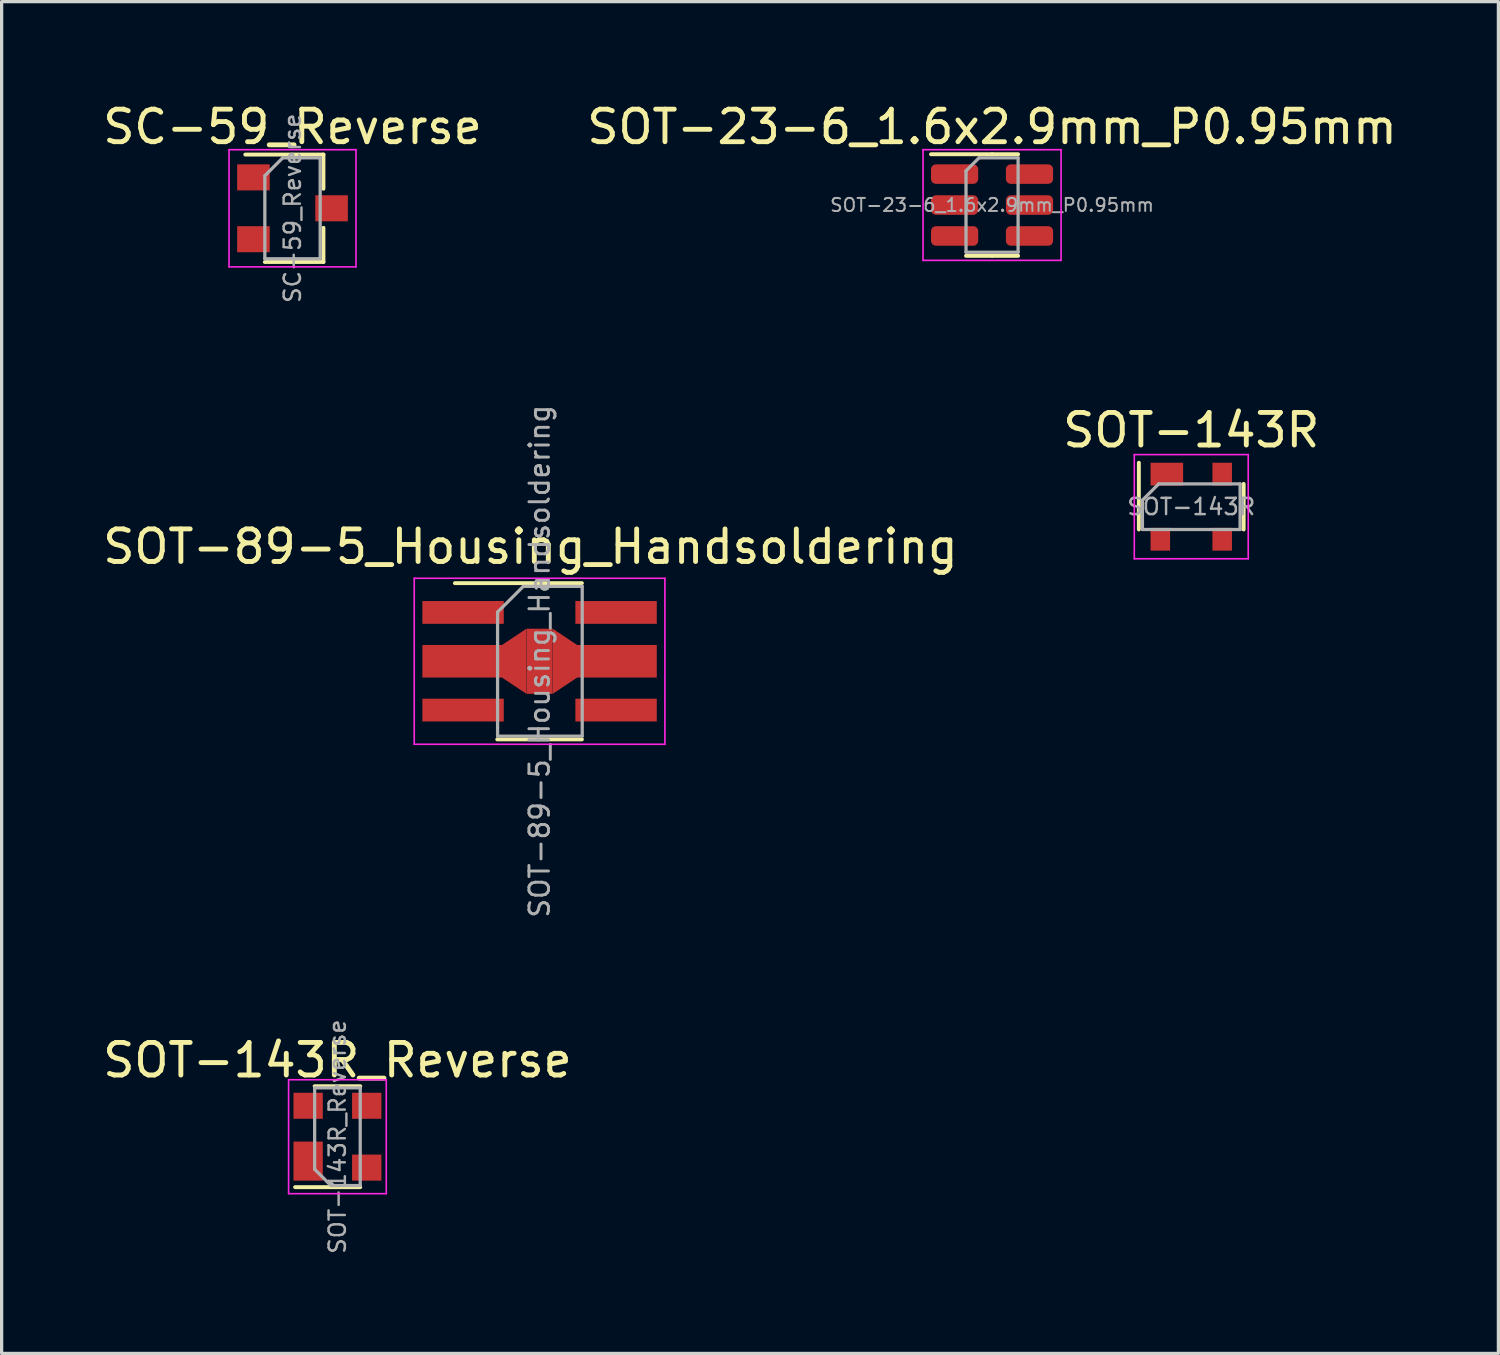
<source format=kicad_pcb>
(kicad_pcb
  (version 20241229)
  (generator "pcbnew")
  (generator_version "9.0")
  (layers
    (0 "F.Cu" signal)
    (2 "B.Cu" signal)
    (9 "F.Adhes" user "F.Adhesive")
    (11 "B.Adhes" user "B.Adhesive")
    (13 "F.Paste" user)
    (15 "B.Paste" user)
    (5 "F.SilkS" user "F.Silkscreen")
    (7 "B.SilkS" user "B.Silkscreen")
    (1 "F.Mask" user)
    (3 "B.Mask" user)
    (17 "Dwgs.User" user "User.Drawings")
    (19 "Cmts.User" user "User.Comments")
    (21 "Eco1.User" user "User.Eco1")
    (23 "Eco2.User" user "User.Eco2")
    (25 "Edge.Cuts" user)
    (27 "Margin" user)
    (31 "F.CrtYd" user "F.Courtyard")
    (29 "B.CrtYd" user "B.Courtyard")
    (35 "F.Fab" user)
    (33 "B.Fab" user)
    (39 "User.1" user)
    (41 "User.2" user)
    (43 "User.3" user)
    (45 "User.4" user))
  (footprint "SOT-23-6_1.6x2.9mm_P0.95mm"
    (layer "F.Cu")
    (at 27.423 3.248)
    (property "Reference" "SOT-23-6_1.6x2.9mm_P0.95mm" (at 0 -2.4 0) (layer "F.SilkS") (effects (font (size 1 1) (thickness 0.15))))
    (attr smd)
    (fp_line (start 0 -1.56) (end -1.875 -1.56) (stroke (width 0.12) (type solid)) (layer "F.SilkS"))
    (fp_line (start 0 -1.56) (end 0.8 -1.56) (stroke (width 0.12) (type solid)) (layer "F.SilkS"))
    (fp_line (start 0 1.56) (end -0.8 1.56) (stroke (width 0.12) (type solid)) (layer "F.SilkS"))
    (fp_line (start 0 1.56) (end 0.8 1.56) (stroke (width 0.12) (type solid)) (layer "F.SilkS"))
    (fp_line (start -2.12 -1.7) (end -2.12 1.7) (stroke (width 0.05) (type solid)) (layer "F.CrtYd"))
    (fp_line (start -2.12 1.7) (end 2.12 1.7) (stroke (width 0.05) (type solid)) (layer "F.CrtYd"))
    (fp_line (start 2.12 -1.7) (end -2.12 -1.7) (stroke (width 0.05) (type solid)) (layer "F.CrtYd"))
    (fp_line (start 2.12 1.7) (end 2.12 -1.7) (stroke (width 0.05) (type solid)) (layer "F.CrtYd"))
    (fp_line (start -0.8 -1.05) (end -0.4 -1.45) (stroke (width 0.1) (type solid)) (layer "F.Fab"))
    (fp_line (start -0.8 1.45) (end -0.8 -1.05) (stroke (width 0.1) (type solid)) (layer "F.Fab"))
    (fp_line (start -0.4 -1.45) (end 0.8 -1.45) (stroke (width 0.1) (type solid)) (layer "F.Fab"))
    (fp_line (start 0.8 -1.45) (end 0.8 1.45) (stroke (width 0.1) (type solid)) (layer "F.Fab"))
    (fp_line (start 0.8 1.45) (end -0.8 1.45) (stroke (width 0.1) (type solid)) (layer "F.Fab"))
    (fp_text user "${REFERENCE}" (at 0 0 0) (layer "F.Fab") (effects (font (size 0.4 0.4) (thickness 0.06))))
    (pad "1" smd roundrect (at -1.15 -0.95) (size 1.45 0.6) (layers "F.Cu" "F.Mask" "F.Paste") (roundrect_rratio 0.25))
    (pad "2" smd roundrect (at -1.15 0) (size 1.45 0.6) (layers "F.Cu" "F.Mask" "F.Paste") (roundrect_rratio 0.25))
    (pad "3" smd roundrect (at -1.15 0.95) (size 1.45 0.6) (layers "F.Cu" "F.Mask" "F.Paste") (roundrect_rratio 0.25))
    (pad "4" smd roundrect (at 1.15 0.95) (size 1.45 0.6) (layers "F.Cu" "F.Mask" "F.Paste") (roundrect_rratio 0.25))
    (pad "5" smd roundrect (at 1.15 0) (size 1.45 0.6) (layers "F.Cu" "F.Mask" "F.Paste") (roundrect_rratio 0.25))
    (pad "6" smd roundrect (at 1.15 -0.95) (size 1.45 0.6) (layers "F.Cu" "F.Mask" "F.Paste") (roundrect_rratio 0.25)))
  (footprint "SC-59_Reverse"
    (layer "F.Cu")
    (at 5.935 3.348)
    (property "Reference" "SC-59_Reverse" (at 0 -2.5 0) (layer "F.SilkS") (effects (font (size 1 1) (thickness 0.15))))
    (attr smd)
    (fp_line (start -1.45 -1.65) (end 0.95 -1.65) (stroke (width 0.12) (type solid)) (layer "F.SilkS"))
    (fp_line (start -0.85 1.65) (end 0.95 1.65) (stroke (width 0.12) (type solid)) (layer "F.SilkS"))
    (fp_line (start 0.95 -1.65) (end 0.95 -0.6) (stroke (width 0.12) (type solid)) (layer "F.SilkS"))
    (fp_line (start 0.95 1.65) (end 0.95 0.6) (stroke (width 0.12) (type solid)) (layer "F.SilkS"))
    (fp_line (start -1.95 -1.8) (end -1.95 1.8) (stroke (width 0.05) (type solid)) (layer "F.CrtYd"))
    (fp_line (start -1.95 -1.8) (end 1.95 -1.8) (stroke (width 0.05) (type solid)) (layer "F.CrtYd"))
    (fp_line (start 1.95 1.8) (end -1.95 1.8) (stroke (width 0.05) (type solid)) (layer "F.CrtYd"))
    (fp_line (start 1.95 1.8) (end 1.95 -1.8) (stroke (width 0.05) (type solid)) (layer "F.CrtYd"))
    (fp_line (start -0.85 1.55) (end -0.85 -1) (stroke (width 0.1) (type solid)) (layer "F.Fab"))
    (fp_line (start -0.85 1.55) (end 0.85 1.55) (stroke (width 0.1) (type solid)) (layer "F.Fab"))
    (fp_line (start -0.3 -1.55) (end -0.85 -1) (stroke (width 0.1) (type solid)) (layer "F.Fab"))
    (fp_line (start -0.3 -1.55) (end 0.85 -1.55) (stroke (width 0.1) (type solid)) (layer "F.Fab"))
    (fp_line (start 0.85 -1.52) (end 0.85 1.52) (stroke (width 0.1) (type solid)) (layer "F.Fab"))
    (fp_text user "${REFERENCE}" (at 0 0 90) (layer "F.Fab") (effects (font (size 0.5 0.5) (thickness 0.075))))
    (pad "1" smd rect (at -1.2 -0.95) (size 1 0.8) (layers "F.Cu" "F.Mask" "F.Paste"))
    (pad "2" smd rect (at 1.2 0) (size 1 0.8) (layers "F.Cu" "F.Mask" "F.Paste"))
    (pad "3" smd rect (at -1.2 0.95) (size 1 0.8) (layers "F.Cu" "F.Mask" "F.Paste")))
  (footprint "SOT-143R_Reverse"
    (layer "F.Cu")
    (at 7.315 31.866)
    (property "Reference" "SOT-143R_Reverse" (at 0 -2.35 0) (layer "F.SilkS") (effects (font (size 1 1) (thickness 0.15))))
    (attr smd)
    (fp_line (start -0.7 -1.55) (end 0.7 -1.55) (stroke (width 0.12) (type solid)) (layer "F.SilkS"))
    (fp_line (start 0.7 1.55) (end -1.3 1.55) (stroke (width 0.12) (type solid)) (layer "F.SilkS"))
    (fp_line (start -1.5 1.75) (end -1.5 -1.75) (stroke (width 0.05) (type solid)) (layer "F.CrtYd"))
    (fp_line (start -1.5 1.75) (end 1.5 1.75) (stroke (width 0.05) (type solid)) (layer "F.CrtYd"))
    (fp_line (start 1.5 -1.75) (end -1.5 -1.75) (stroke (width 0.05) (type solid)) (layer "F.CrtYd"))
    (fp_line (start 1.5 -1.75) (end 1.5 1.75) (stroke (width 0.05) (type solid)) (layer "F.CrtYd"))
    (fp_line (start -0.7 1) (end -0.7 -1.5) (stroke (width 0.1) (type solid)) (layer "F.Fab"))
    (fp_line (start -0.7 1) (end -0.2 1.5) (stroke (width 0.1) (type solid)) (layer "F.Fab"))
    (fp_line (start -0.2 1.5) (end 0.7 1.5) (stroke (width 0.1) (type solid)) (layer "F.Fab"))
    (fp_line (start 0.7 -1.5) (end -0.7 -1.5) (stroke (width 0.1) (type solid)) (layer "F.Fab"))
    (fp_line (start 0.7 -1.5) (end 0.7 1.5) (stroke (width 0.1) (type solid)) (layer "F.Fab"))
    (fp_text user "${REFERENCE}" (at 0 0 90) (layer "F.Fab") (effects (font (size 0.5 0.5) (thickness 0.075))))
    (pad "1" smd rect (at -0.9 0.75) (size 0.9 1.2) (layers "F.Cu" "F.Mask" "F.Paste"))
    (pad "2" smd rect (at -0.9 -0.95) (size 0.9 0.8) (layers "F.Cu" "F.Mask" "F.Paste"))
    (pad "3" smd rect (at 0.9 -0.95) (size 0.9 0.8) (layers "F.Cu" "F.Mask" "F.Paste"))
    (pad "4" smd rect (at 0.9 0.95) (size 0.9 0.8) (layers "F.Cu" "F.Mask" "F.Paste")))
  (footprint "SOT-143R"
    (layer "F.Cu")
    (at 33.542 12.514)
    (property "Reference" "SOT-143R" (at 0 -2.35 0) (layer "F.SilkS") (effects (font (size 1 1) (thickness 0.15))))
    (attr smd)
    (fp_line (start -1.61 -1.35) (end -1.61 0.7) (stroke (width 0.12) (type solid)) (layer "F.SilkS"))
    (fp_line (start 1.61 0.7) (end 1.61 -0.7) (stroke (width 0.12) (type solid)) (layer "F.SilkS"))
    (fp_line (start -1.75 -1.6) (end -1.75 1.6) (stroke (width 0.05) (type solid)) (layer "F.CrtYd"))
    (fp_line (start -1.75 -1.6) (end 1.75 -1.6) (stroke (width 0.05) (type solid)) (layer "F.CrtYd"))
    (fp_line (start 1.75 1.6) (end -1.75 1.6) (stroke (width 0.05) (type solid)) (layer "F.CrtYd"))
    (fp_line (start 1.75 1.6) (end 1.75 -1.6) (stroke (width 0.05) (type solid)) (layer "F.CrtYd"))
    (fp_line (start -1.5 -0.2) (end -1.5 0.7) (stroke (width 0.1) (type solid)) (layer "F.Fab"))
    (fp_line (start -1.5 -0.2) (end -1 -0.7) (stroke (width 0.1) (type solid)) (layer "F.Fab"))
    (fp_line (start -1 -0.7) (end 1.5 -0.7) (stroke (width 0.1) (type solid)) (layer "F.Fab"))
    (fp_line (start 1.5 -0.7) (end 1.5 0.7) (stroke (width 0.1) (type solid)) (layer "F.Fab"))
    (fp_line (start 1.5 0.7) (end -1.5 0.7) (stroke (width 0.1) (type solid)) (layer "F.Fab"))
    (fp_text user "${REFERENCE}" (at 0 0 0) (layer "F.Fab") (effects (font (size 0.5 0.5) (thickness 0.075))))
    (pad "1" smd rect (at -0.75 -1 270) (size 0.7 1) (layers "F.Cu" "F.Mask" "F.Paste"))
    (pad "2" smd rect (at 0.95 -1 270) (size 0.7 0.6) (layers "F.Cu" "F.Mask" "F.Paste"))
    (pad "3" smd rect (at 0.95 1 270) (size 0.7 0.6) (layers "F.Cu" "F.Mask" "F.Paste"))
    (pad "4" smd rect (at -0.95 1 270) (size 0.7 0.6) (layers "F.Cu" "F.Mask" "F.Paste")))
  (footprint "SOT-89-5_Housing_Handsoldering"
    (layer "F.Cu")
    (at 13.524 17.262)
    (property "Reference" "SOT-89-5_Housing_Handsoldering" (at -0.28 -3.52 0) (layer "F.SilkS") (effects (font (size 1 1) (thickness 0.15))))
    (attr smd)
    (fp_line (start -2.6 -2.4) (end 1.3 -2.4) (stroke (width 0.12) (type solid)) (layer "F.SilkS"))
    (fp_line (start 1.3 2.4) (end -1.3 2.4) (stroke (width 0.12) (type solid)) (layer "F.SilkS"))
    (fp_line (start -3.85 -2.55) (end 3.85 -2.55) (stroke (width 0.05) (type solid)) (layer "F.CrtYd"))
    (fp_line (start -3.85 2.55) (end -3.85 -2.55) (stroke (width 0.05) (type solid)) (layer "F.CrtYd"))
    (fp_line (start -3.85 2.55) (end 3.85 2.55) (stroke (width 0.05) (type solid)) (layer "F.CrtYd"))
    (fp_line (start 3.85 -2.55) (end 3.85 2.55) (stroke (width 0.05) (type solid)) (layer "F.CrtYd"))
    (fp_line (start -1.29 -1.51) (end -0.5 -2.3) (stroke (width 0.1) (type solid)) (layer "F.Fab"))
    (fp_line (start -1.29 2.3) (end -1.29 -1.51) (stroke (width 0.1) (type solid)) (layer "F.Fab"))
    (fp_line (start -0.5 -2.3) (end 1.31 -2.3) (stroke (width 0.1) (type solid)) (layer "F.Fab"))
    (fp_line (start 1.31 -2.3) (end 1.31 2.3) (stroke (width 0.1) (type solid)) (layer "F.Fab"))
    (fp_line (start 1.31 2.3) (end -1.29 2.3) (stroke (width 0.1) (type solid)) (layer "F.Fab"))
    (fp_text user "${REFERENCE}" (at 0 0 90) (layer "F.Fab") (effects (font (size 0.6 0.6) (thickness 0.09))))
    (pad "1" smd rect (at -2.35 -1.5 270) (size 0.7 2.5) (layers "F.Cu" "F.Mask" "F.Paste"))
    (pad "2" smd rect (at -2.35 0 270) (size 1 2.5) (layers "F.Cu" "F.Mask" "F.Paste"))
    (pad "2" smd trapezoid (at -0.78 0 90) (size 1.5 0.75) (rect_delta 0 0.5) (layers "F.Cu" "F.Mask" "F.Paste"))
    (pad "2" smd rect (at 0 0 270) (size 2 0.8) (layers "F.Cu" "F.Mask" "F.Paste"))
    (pad "2" smd trapezoid (at 0.78 0 270) (size 1.5 0.75) (rect_delta 0 0.5) (layers "F.Cu" "F.Mask" "F.Paste"))
    (pad "2" smd rect (at 2.35 0 270) (size 1 2.5) (layers "F.Cu" "F.Mask" "F.Paste"))
    (pad "3" smd rect (at -2.35 1.5 270) (size 0.7 2.5) (layers "F.Cu" "F.Mask" "F.Paste"))
    (pad "4" smd rect (at 2.35 1.5 270) (size 0.7 2.5) (layers "F.Cu" "F.Mask" "F.Paste"))
    (pad "5" smd rect (at 2.35 -1.5 270) (size 0.7 2.5) (layers "F.Cu" "F.Mask" "F.Paste")))
  (gr_rect
    (start -3 -3)
    (end 42.976 38.524)
    (stroke (width 0.1) (type default))
    (fill no)
    (layer "Edge.Cuts")))
</source>
